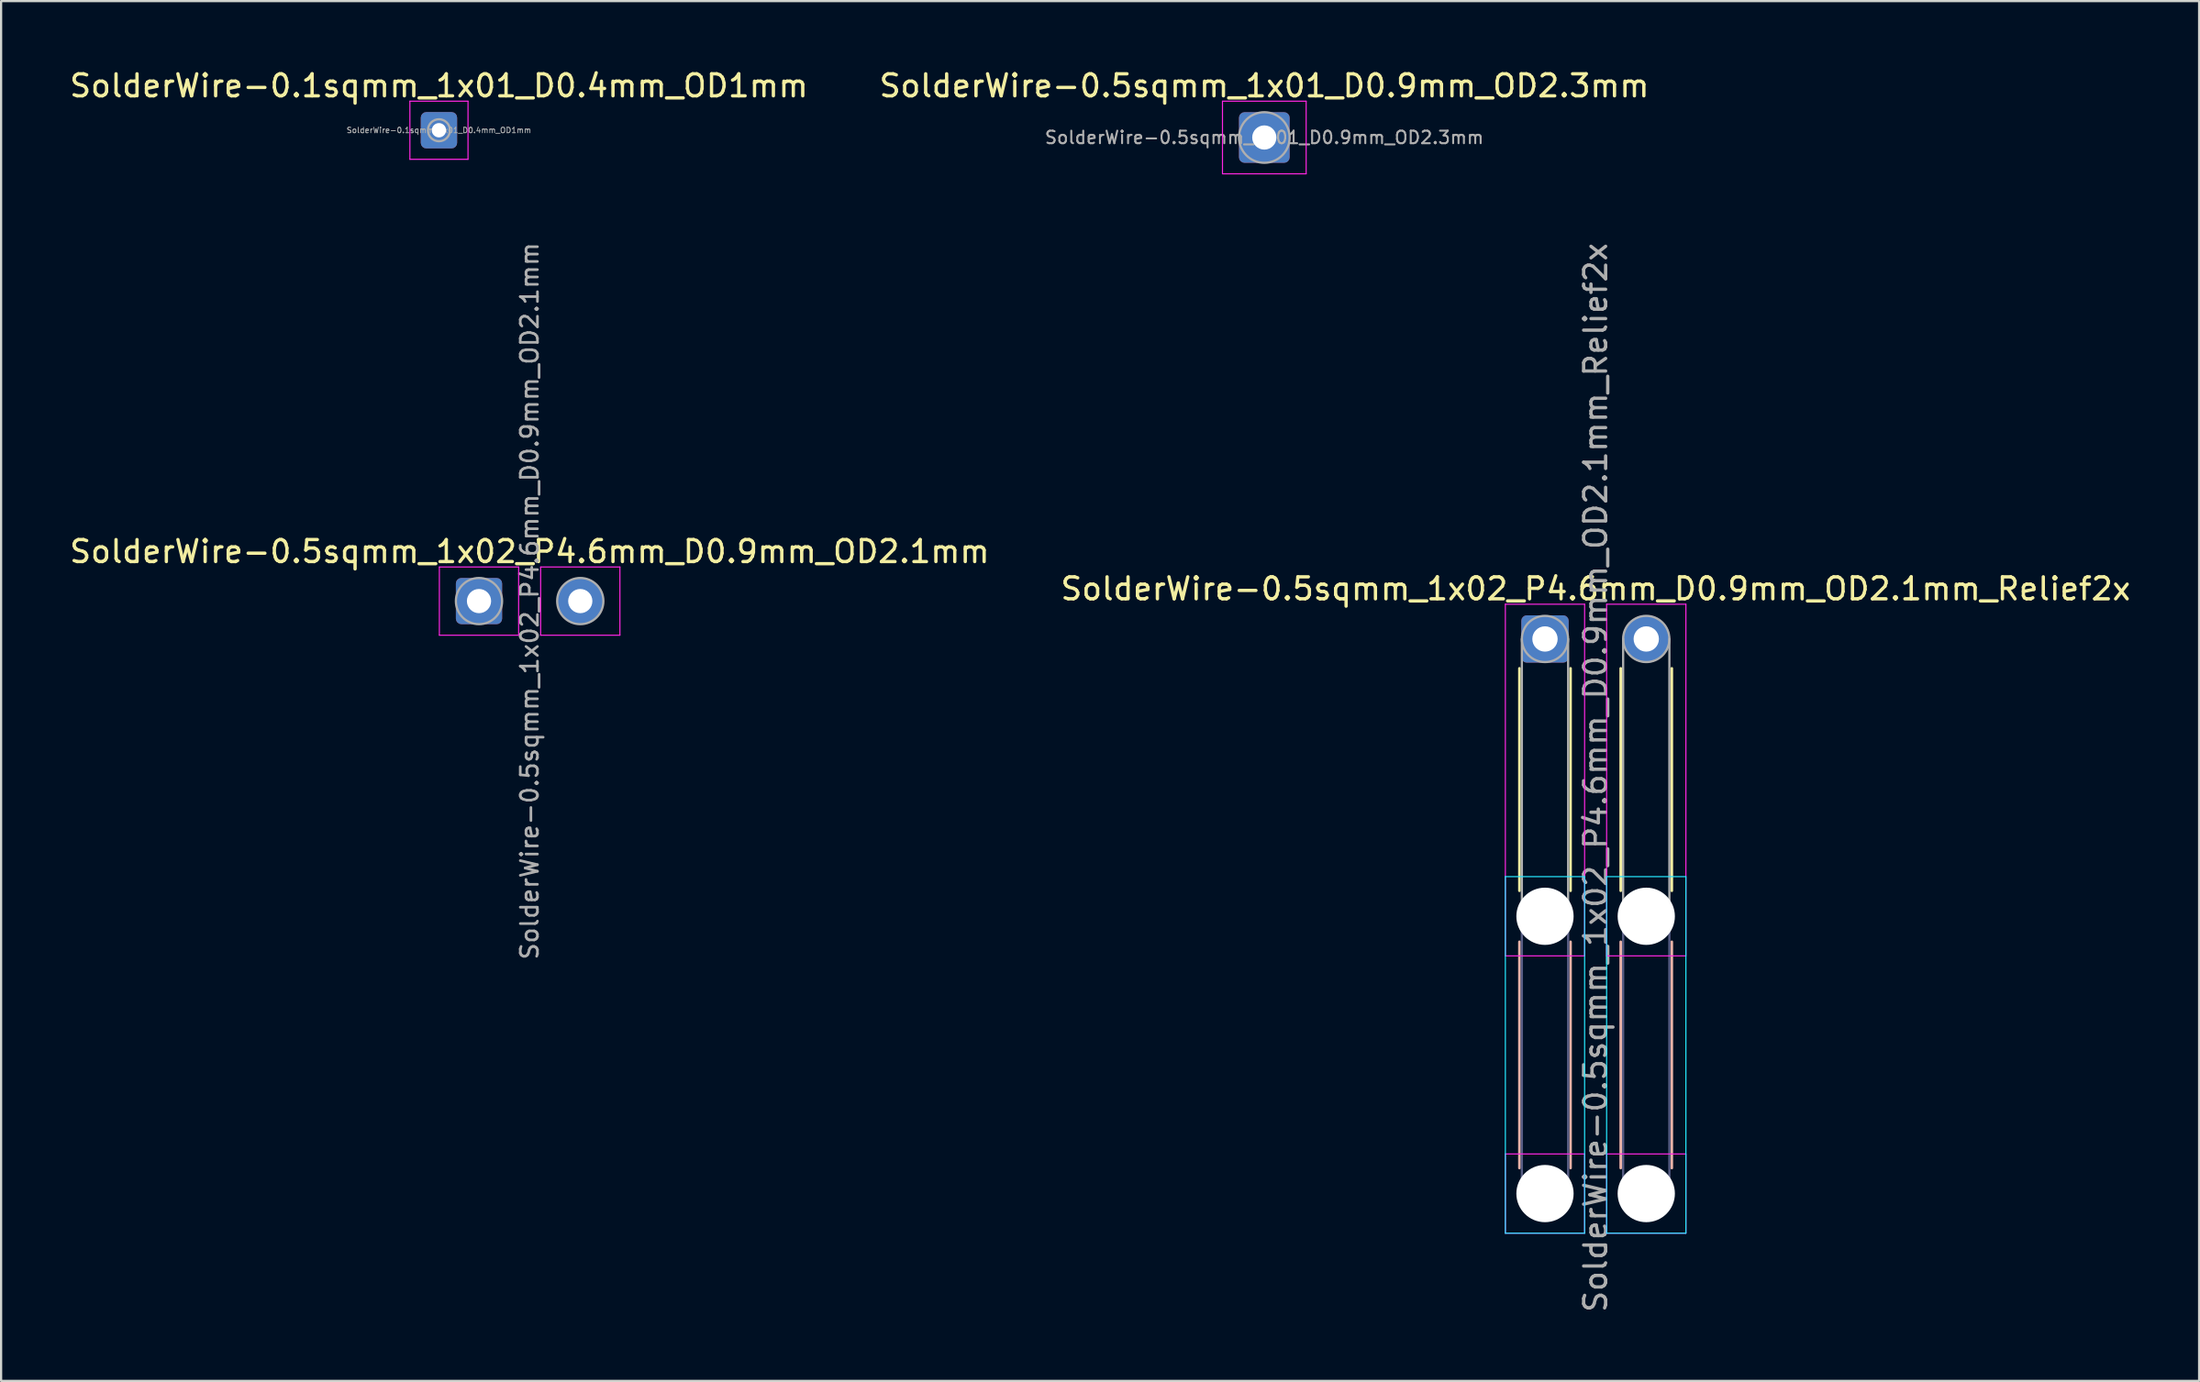
<source format=kicad_pcb>
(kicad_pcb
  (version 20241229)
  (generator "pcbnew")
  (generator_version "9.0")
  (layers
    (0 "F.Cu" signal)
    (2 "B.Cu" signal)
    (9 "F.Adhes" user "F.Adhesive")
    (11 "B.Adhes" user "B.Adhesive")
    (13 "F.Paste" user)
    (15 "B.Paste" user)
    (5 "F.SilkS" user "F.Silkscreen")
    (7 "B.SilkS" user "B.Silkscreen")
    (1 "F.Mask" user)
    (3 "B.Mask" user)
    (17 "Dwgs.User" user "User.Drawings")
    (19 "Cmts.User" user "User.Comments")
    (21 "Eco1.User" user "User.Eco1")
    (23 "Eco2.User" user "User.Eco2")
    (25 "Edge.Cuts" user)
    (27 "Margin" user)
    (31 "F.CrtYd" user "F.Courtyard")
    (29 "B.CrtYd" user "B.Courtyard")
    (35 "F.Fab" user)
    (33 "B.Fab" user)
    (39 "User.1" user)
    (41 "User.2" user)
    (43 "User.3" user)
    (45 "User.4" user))
  (footprint "SolderWire-0.5sqmm_1x02_P4.6mm_D0.9mm_OD2.1mm"
    (layer "F.Cu")
    (at 18.706 24.262)
    (property "Reference" "SolderWire-0.5sqmm_1x02_P4.6mm_D0.9mm_OD2.1mm" (at 2.3 -2.25 0) (layer "F.SilkS") (effects (font (size 1 1) (thickness 0.15))))
    (attr exclude_from_pos_files exclude_from_bom)
    (fp_line (start -1.8 -1.55) (end -1.8 1.55) (stroke (width 0.05) (type solid)) (layer "F.CrtYd"))
    (fp_line (start -1.8 1.55) (end 1.8 1.55) (stroke (width 0.05) (type solid)) (layer "F.CrtYd"))
    (fp_line (start 1.8 -1.55) (end -1.8 -1.55) (stroke (width 0.05) (type solid)) (layer "F.CrtYd"))
    (fp_line (start 1.8 1.55) (end 1.8 -1.55) (stroke (width 0.05) (type solid)) (layer "F.CrtYd"))
    (fp_line (start 2.8 -1.55) (end 2.8 1.55) (stroke (width 0.05) (type solid)) (layer "F.CrtYd"))
    (fp_line (start 2.8 1.55) (end 6.4 1.55) (stroke (width 0.05) (type solid)) (layer "F.CrtYd"))
    (fp_line (start 6.4 -1.55) (end 2.8 -1.55) (stroke (width 0.05) (type solid)) (layer "F.CrtYd"))
    (fp_line (start 6.4 1.55) (end 6.4 -1.55) (stroke (width 0.05) (type solid)) (layer "F.CrtYd"))
    (fp_circle (center 0 0) (end 1.05 0) (stroke (width 0.1) (type solid)) (fill no) (layer "F.Fab"))
    (fp_circle (center 4.6 0) (end 5.65 0) (stroke (width 0.1) (type solid)) (fill no) (layer "F.Fab"))
    (fp_text user "${REFERENCE}" (at 2.3 0 90) (layer "F.Fab") (effects (font (size 0.78 0.78) (thickness 0.12))))
    (pad "1" thru_hole roundrect (at 0 0) (size 2.1 2.1) (drill 1.1) (layers "*.Cu" "*.Mask") (roundrect_rratio 0.119))
    (pad "2" thru_hole circle (at 4.6 0) (size 2.1 2.1) (drill 1.1) (layers "*.Cu" "*.Mask")))
  (footprint "SolderWire-0.5sqmm_1x02_P4.6mm_D0.9mm_OD2.1mm_Relief2x"
    (layer "F.Cu")
    (at 67.123 25.984)
    (property "Reference" "SolderWire-0.5sqmm_1x02_P4.6mm_D0.9mm_OD2.1mm_Relief2x" (at 2.3 -2.28 0) (layer "F.SilkS") (effects (font (size 1 1) (thickness 0.15))))
    (attr exclude_from_pos_files exclude_from_bom)
    (fp_line (start -1.16 1.335) (end -1.16 11.44) (stroke (width 0.12) (type solid)) (layer "F.SilkS"))
    (fp_line (start 1.16 1.335) (end 1.16 11.44) (stroke (width 0.12) (type solid)) (layer "F.SilkS"))
    (fp_line (start 3.44 1.335) (end 3.44 11.44) (stroke (width 0.12) (type solid)) (layer "F.SilkS"))
    (fp_line (start 5.76 1.335) (end 5.76 11.44) (stroke (width 0.12) (type solid)) (layer "F.SilkS"))
    (fp_line (start -1.16 13.76) (end -1.16 24.04) (stroke (width 0.12) (type solid)) (layer "B.SilkS"))
    (fp_line (start 1.16 13.76) (end 1.16 24.04) (stroke (width 0.12) (type solid)) (layer "B.SilkS"))
    (fp_line (start 3.44 13.76) (end 3.44 24.04) (stroke (width 0.12) (type solid)) (layer "B.SilkS"))
    (fp_line (start 5.76 13.76) (end 5.76 24.04) (stroke (width 0.12) (type solid)) (layer "B.SilkS"))
    (fp_line (start -1.8 10.8) (end -1.8 27) (stroke (width 0.05) (type solid)) (layer "B.CrtYd"))
    (fp_line (start -1.8 27) (end 1.8 27) (stroke (width 0.05) (type solid)) (layer "B.CrtYd"))
    (fp_line (start 1.8 10.8) (end -1.8 10.8) (stroke (width 0.05) (type solid)) (layer "B.CrtYd"))
    (fp_line (start 1.8 27) (end 1.8 10.8) (stroke (width 0.05) (type solid)) (layer "B.CrtYd"))
    (fp_line (start 2.8 10.8) (end 2.8 27) (stroke (width 0.05) (type solid)) (layer "B.CrtYd"))
    (fp_line (start 2.8 27) (end 6.4 27) (stroke (width 0.05) (type solid)) (layer "B.CrtYd"))
    (fp_line (start 6.4 10.8) (end 2.8 10.8) (stroke (width 0.05) (type solid)) (layer "B.CrtYd"))
    (fp_line (start 6.4 27) (end 6.4 10.8) (stroke (width 0.05) (type solid)) (layer "B.CrtYd"))
    (fp_line (start -1.8 -1.58) (end -1.8 14.4) (stroke (width 0.05) (type solid)) (layer "F.CrtYd"))
    (fp_line (start -1.8 14.4) (end 1.8 14.4) (stroke (width 0.05) (type solid)) (layer "F.CrtYd"))
    (fp_line (start -1.8 23.4) (end -1.8 27) (stroke (width 0.05) (type solid)) (layer "F.CrtYd"))
    (fp_line (start -1.8 27) (end 1.8 27) (stroke (width 0.05) (type solid)) (layer "F.CrtYd"))
    (fp_line (start 1.8 -1.58) (end -1.8 -1.58) (stroke (width 0.05) (type solid)) (layer "F.CrtYd"))
    (fp_line (start 1.8 14.4) (end 1.8 -1.58) (stroke (width 0.05) (type solid)) (layer "F.CrtYd"))
    (fp_line (start 1.8 23.4) (end -1.8 23.4) (stroke (width 0.05) (type solid)) (layer "F.CrtYd"))
    (fp_line (start 1.8 27) (end 1.8 23.4) (stroke (width 0.05) (type solid)) (layer "F.CrtYd"))
    (fp_line (start 2.8 -1.58) (end 2.8 14.4) (stroke (width 0.05) (type solid)) (layer "F.CrtYd"))
    (fp_line (start 2.8 14.4) (end 6.4 14.4) (stroke (width 0.05) (type solid)) (layer "F.CrtYd"))
    (fp_line (start 2.8 23.4) (end 2.8 27) (stroke (width 0.05) (type solid)) (layer "F.CrtYd"))
    (fp_line (start 2.8 27) (end 6.4 27) (stroke (width 0.05) (type solid)) (layer "F.CrtYd"))
    (fp_line (start 6.4 -1.58) (end 2.8 -1.58) (stroke (width 0.05) (type solid)) (layer "F.CrtYd"))
    (fp_line (start 6.4 14.4) (end 6.4 -1.58) (stroke (width 0.05) (type solid)) (layer "F.CrtYd"))
    (fp_line (start 6.4 23.4) (end 2.8 23.4) (stroke (width 0.05) (type solid)) (layer "F.CrtYd"))
    (fp_line (start 6.4 27) (end 6.4 23.4) (stroke (width 0.05) (type solid)) (layer "F.CrtYd"))
    (fp_line (start -1.05 12.6) (end -1.05 25.2) (stroke (width 0.1) (type solid)) (layer "B.Fab"))
    (fp_line (start 1.05 12.6) (end 1.05 25.2) (stroke (width 0.1) (type solid)) (layer "B.Fab"))
    (fp_line (start 3.55 12.6) (end 3.55 25.2) (stroke (width 0.1) (type solid)) (layer "B.Fab"))
    (fp_line (start 5.65 12.6) (end 5.65 25.2) (stroke (width 0.1) (type solid)) (layer "B.Fab"))
    (fp_circle (center 0 12.6) (end 1.05 12.6) (stroke (width 0.1) (type solid)) (fill no) (layer "B.Fab"))
    (fp_circle (center 0 25.2) (end 1.05 25.2) (stroke (width 0.1) (type solid)) (fill no) (layer "B.Fab"))
    (fp_circle (center 4.6 12.6) (end 5.65 12.6) (stroke (width 0.1) (type solid)) (fill no) (layer "B.Fab"))
    (fp_circle (center 4.6 25.2) (end 5.65 25.2) (stroke (width 0.1) (type solid)) (fill no) (layer "B.Fab"))
    (fp_line (start -1.05 0) (end -1.05 12.6) (stroke (width 0.1) (type solid)) (layer "F.Fab"))
    (fp_line (start 1.05 0) (end 1.05 12.6) (stroke (width 0.1) (type solid)) (layer "F.Fab"))
    (fp_line (start 3.55 0) (end 3.55 12.6) (stroke (width 0.1) (type solid)) (layer "F.Fab"))
    (fp_line (start 5.65 0) (end 5.65 12.6) (stroke (width 0.1) (type solid)) (layer "F.Fab"))
    (fp_circle (center 0 0) (end 1.05 0) (stroke (width 0.1) (type solid)) (fill no) (layer "F.Fab"))
    (fp_circle (center 0 12.6) (end 1.05 12.6) (stroke (width 0.1) (type solid)) (fill no) (layer "F.Fab"))
    (fp_circle (center 0 25.2) (end 1.05 25.2) (stroke (width 0.1) (type solid)) (fill no) (layer "F.Fab"))
    (fp_circle (center 4.6 0) (end 5.65 0) (stroke (width 0.1) (type solid)) (fill no) (layer "F.Fab"))
    (fp_circle (center 4.6 12.6) (end 5.65 12.6) (stroke (width 0.1) (type solid)) (fill no) (layer "F.Fab"))
    (fp_circle (center 4.6 25.2) (end 5.65 25.2) (stroke (width 0.1) (type solid)) (fill no) (layer "F.Fab"))
    (fp_text user "${REFERENCE}" (at 2.3 6.3 90) (layer "F.Fab") (effects (font (size 1 1) (thickness 0.15))))
    (pad "" np_thru_hole circle (at 0 12.6) (size 2.6 2.6) (drill 2.6) (layers "*.Cu" "*.Mask"))
    (pad "" np_thru_hole circle (at 0 25.2) (size 2.6 2.6) (drill 2.6) (layers "*.Cu" "*.Mask"))
    (pad "" np_thru_hole circle (at 4.6 12.6) (size 2.6 2.6) (drill 2.6) (layers "*.Cu" "*.Mask"))
    (pad "" np_thru_hole circle (at 4.6 25.2) (size 2.6 2.6) (drill 2.6) (layers "*.Cu" "*.Mask"))
    (pad "1" thru_hole roundrect (at 0 0) (size 2.15 2.15) (drill 1.15) (layers "*.Cu" "*.Mask") (roundrect_rratio 0.116))
    (pad "2" thru_hole circle (at 4.6 0) (size 2.15 2.15) (drill 1.15) (layers "*.Cu" "*.Mask")))
  (footprint "SolderWire-0.5sqmm_1x01_D0.9mm_OD2.3mm"
    (layer "F.Cu")
    (at 54.375 3.198)
    (property "Reference" "SolderWire-0.5sqmm_1x01_D0.9mm_OD2.3mm" (at 0 -2.35 0) (layer "F.SilkS") (effects (font (size 1 1) (thickness 0.15))))
    (attr exclude_from_pos_files exclude_from_bom)
    (fp_line (start -1.9 -1.65) (end -1.9 1.65) (stroke (width 0.05) (type solid)) (layer "F.CrtYd"))
    (fp_line (start -1.9 1.65) (end 1.9 1.65) (stroke (width 0.05) (type solid)) (layer "F.CrtYd"))
    (fp_line (start 1.9 -1.65) (end -1.9 -1.65) (stroke (width 0.05) (type solid)) (layer "F.CrtYd"))
    (fp_line (start 1.9 1.65) (end 1.9 -1.65) (stroke (width 0.05) (type solid)) (layer "F.CrtYd"))
    (fp_circle (center 0 0) (end 1.15 0) (stroke (width 0.1) (type solid)) (fill no) (layer "F.Fab"))
    (fp_text user "${REFERENCE}" (at 0 0 0) (layer "F.Fab") (effects (font (size 0.57 0.57) (thickness 0.09))))
    (pad "1" thru_hole roundrect (at 0 0) (size 2.3 2.3) (drill 1.1) (layers "*.Cu" "*.Mask") (roundrect_rratio 0.109)))
  (footprint "SolderWire-0.1sqmm_1x01_D0.4mm_OD1mm"
    (layer "F.Cu")
    (at 16.887 2.868)
    (property "Reference" "SolderWire-0.1sqmm_1x01_D0.4mm_OD1mm" (at 0 -2.02 0) (layer "F.SilkS") (effects (font (size 1 1) (thickness 0.15))))
    (attr exclude_from_pos_files exclude_from_bom)
    (fp_line (start -1.32 -1.32) (end -1.32 1.32) (stroke (width 0.05) (type solid)) (layer "F.CrtYd"))
    (fp_line (start -1.32 1.32) (end 1.32 1.32) (stroke (width 0.05) (type solid)) (layer "F.CrtYd"))
    (fp_line (start 1.32 -1.32) (end -1.32 -1.32) (stroke (width 0.05) (type solid)) (layer "F.CrtYd"))
    (fp_line (start 1.32 1.32) (end 1.32 -1.32) (stroke (width 0.05) (type solid)) (layer "F.CrtYd"))
    (fp_circle (center 0 0) (end 0.5 0) (stroke (width 0.1) (type solid)) (fill no) (layer "F.Fab"))
    (fp_text user "${REFERENCE}" (at 0 0 0) (layer "F.Fab") (effects (font (size 0.25 0.25) (thickness 0.04))))
    (pad "1" thru_hole roundrect (at 0 0) (size 1.65 1.65) (drill 0.65) (layers "*.Cu" "*.Mask") (roundrect_rratio 0.152)))
  (gr_rect
    (start -3 -3)
    (end 96.833 59.695)
    (stroke (width 0.1) (type default))
    (fill no)
    (layer "Edge.Cuts")))
</source>
